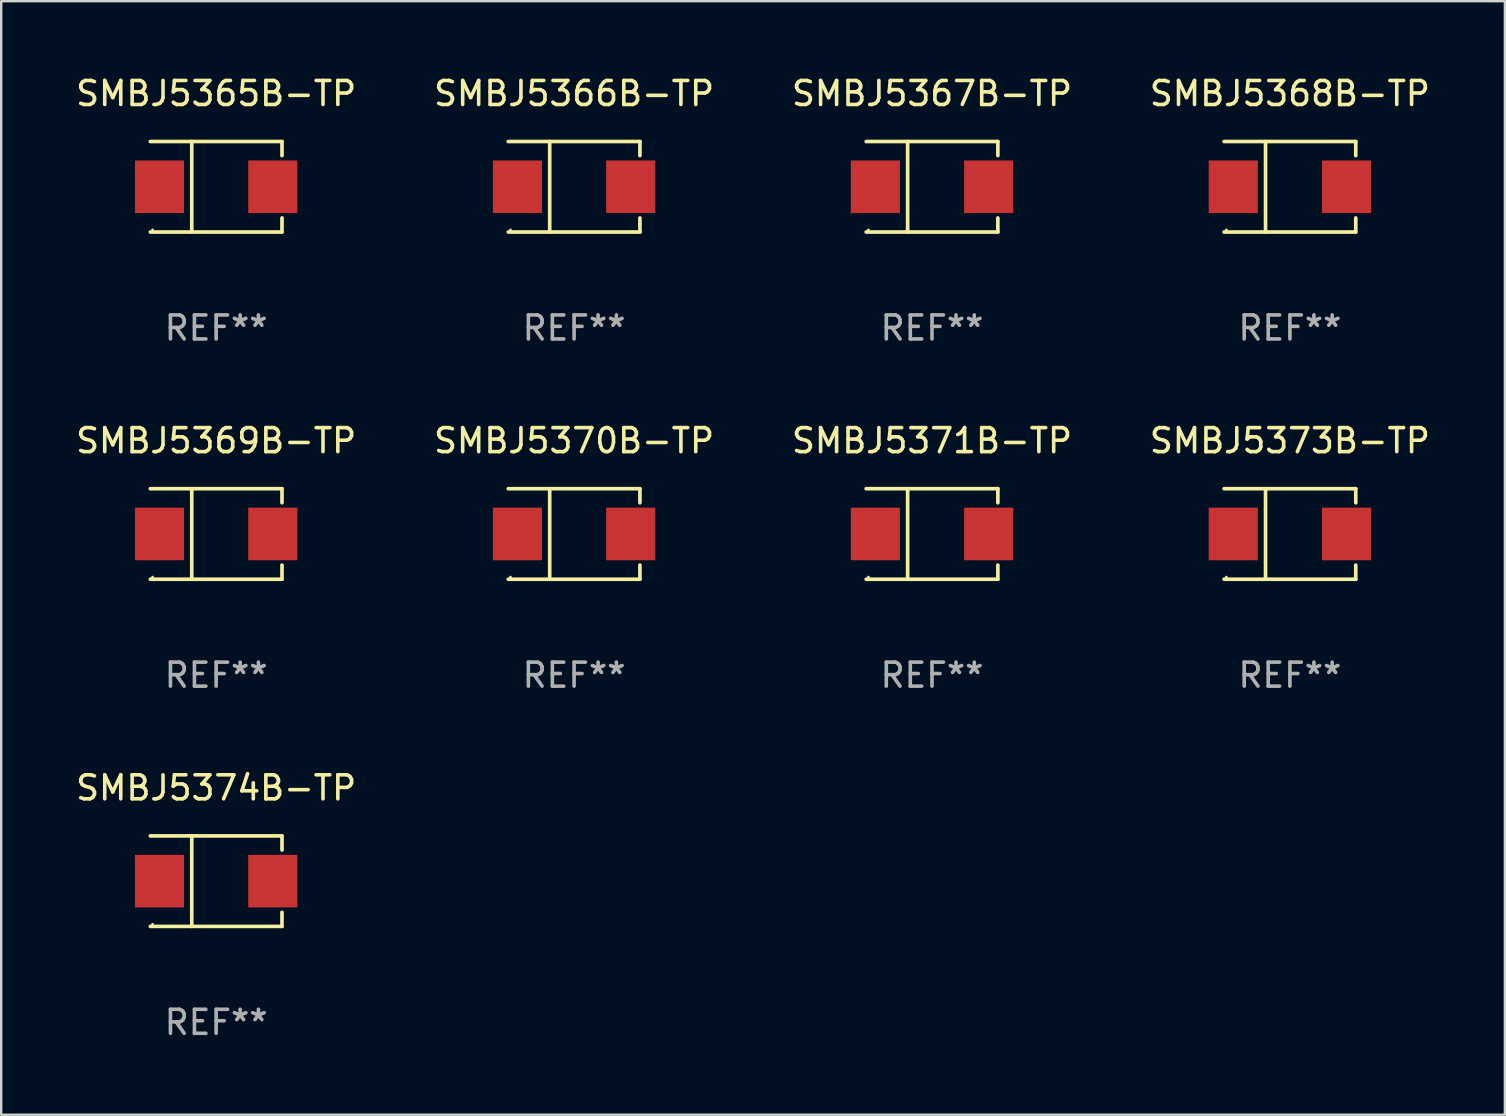
<source format=kicad_pcb>
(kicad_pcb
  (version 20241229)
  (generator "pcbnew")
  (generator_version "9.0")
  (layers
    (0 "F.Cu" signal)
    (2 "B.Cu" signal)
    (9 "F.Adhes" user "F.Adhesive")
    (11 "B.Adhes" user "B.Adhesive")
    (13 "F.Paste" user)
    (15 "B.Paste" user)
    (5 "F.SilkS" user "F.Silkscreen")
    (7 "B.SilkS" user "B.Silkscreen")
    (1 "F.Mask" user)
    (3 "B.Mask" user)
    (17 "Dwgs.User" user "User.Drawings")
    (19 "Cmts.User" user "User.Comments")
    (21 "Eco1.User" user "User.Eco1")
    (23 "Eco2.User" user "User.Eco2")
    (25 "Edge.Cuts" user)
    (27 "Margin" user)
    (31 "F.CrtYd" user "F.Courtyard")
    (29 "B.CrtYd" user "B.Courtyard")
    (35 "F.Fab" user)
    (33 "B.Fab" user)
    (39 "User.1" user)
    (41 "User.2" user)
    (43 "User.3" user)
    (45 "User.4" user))
  (footprint "SMBJ5365B-TP"
    (layer "F.Cu")
    (at 5.958 4.734)
    (property "Reference" "SMBJ5365B-TP" (at 0 -3.886 0) (layer "F.SilkS") (effects (font (size 1 1) (thickness 0.15))))
    (attr through_hole)
    (fp_line (start -2.744 -1.886) (end 2.744 -1.886) (stroke (width 0.152) (type solid)) (layer "F.SilkS"))
    (fp_line (start -2.744 1.886) (end 2.744 1.886) (stroke (width 0.152) (type solid)) (layer "F.SilkS"))
    (fp_line (start -1.016 -1.886) (end -1.016 1.886) (stroke (width 0.152) (type solid)) (layer "F.SilkS"))
    (fp_line (start 2.744 -1.886) (end 2.744 -1.299) (stroke (width 0.152) (type solid)) (layer "F.SilkS"))
    (fp_line (start 2.744 1.886) (end 2.744 1.299) (stroke (width 0.152) (type solid)) (layer "F.SilkS"))
    (fp_circle (center -2.65 1.8) (end -2.62 1.8) (stroke (width 0.06) (type solid)) (fill no) (layer "F.SilkS"))
    (fp_text user "REF**" (at 0 5.886 0) (layer "F.Fab") (effects (font (size 1 1) (thickness 0.15))))
    (pad "1" smd rect (at -2.361 0) (size 2.047 2.192) (layers "F.Cu" "F.Mask" "F.Paste"))
    (pad "2" smd rect (at 2.361 0) (size 2.047 2.192) (layers "F.Cu" "F.Mask" "F.Paste")))
  (footprint "SMBJ5367B-TP"
    (layer "F.Cu")
    (at 35.792 4.734)
    (property "Reference" "SMBJ5367B-TP" (at 0 -3.886 0) (layer "F.SilkS") (effects (font (size 1 1) (thickness 0.15))))
    (attr through_hole)
    (fp_line (start -2.744 -1.886) (end 2.744 -1.886) (stroke (width 0.152) (type solid)) (layer "F.SilkS"))
    (fp_line (start -2.744 1.886) (end 2.744 1.886) (stroke (width 0.152) (type solid)) (layer "F.SilkS"))
    (fp_line (start -1.016 -1.886) (end -1.016 1.886) (stroke (width 0.152) (type solid)) (layer "F.SilkS"))
    (fp_line (start 2.744 -1.886) (end 2.744 -1.299) (stroke (width 0.152) (type solid)) (layer "F.SilkS"))
    (fp_line (start 2.744 1.886) (end 2.744 1.299) (stroke (width 0.152) (type solid)) (layer "F.SilkS"))
    (fp_circle (center -2.65 1.8) (end -2.62 1.8) (stroke (width 0.06) (type solid)) (fill no) (layer "F.SilkS"))
    (fp_text user "REF**" (at 0 5.886 0) (layer "F.Fab") (effects (font (size 1 1) (thickness 0.15))))
    (pad "1" smd rect (at -2.361 0) (size 2.047 2.192) (layers "F.Cu" "F.Mask" "F.Paste"))
    (pad "2" smd rect (at 2.361 0) (size 2.047 2.192) (layers "F.Cu" "F.Mask" "F.Paste")))
  (footprint "SMBJ5368B-TP"
    (layer "F.Cu")
    (at 50.708 4.734)
    (property "Reference" "SMBJ5368B-TP" (at 0 -3.886 0) (layer "F.SilkS") (effects (font (size 1 1) (thickness 0.15))))
    (attr through_hole)
    (fp_line (start -2.744 -1.886) (end 2.744 -1.886) (stroke (width 0.152) (type solid)) (layer "F.SilkS"))
    (fp_line (start -2.744 1.886) (end 2.744 1.886) (stroke (width 0.152) (type solid)) (layer "F.SilkS"))
    (fp_line (start -1.016 -1.886) (end -1.016 1.886) (stroke (width 0.152) (type solid)) (layer "F.SilkS"))
    (fp_line (start 2.744 -1.886) (end 2.744 -1.299) (stroke (width 0.152) (type solid)) (layer "F.SilkS"))
    (fp_line (start 2.744 1.886) (end 2.744 1.299) (stroke (width 0.152) (type solid)) (layer "F.SilkS"))
    (fp_circle (center -2.65 1.8) (end -2.62 1.8) (stroke (width 0.06) (type solid)) (fill no) (layer "F.SilkS"))
    (fp_text user "REF**" (at 0 5.886 0) (layer "F.Fab") (effects (font (size 1 1) (thickness 0.15))))
    (pad "1" smd rect (at -2.361 0) (size 2.047 2.192) (layers "F.Cu" "F.Mask" "F.Paste"))
    (pad "2" smd rect (at 2.361 0) (size 2.047 2.192) (layers "F.Cu" "F.Mask" "F.Paste")))
  (footprint "SMBJ5371B-TP"
    (layer "F.Cu")
    (at 35.792 19.203)
    (property "Reference" "SMBJ5371B-TP" (at 0 -3.886 0) (layer "F.SilkS") (effects (font (size 1 1) (thickness 0.15))))
    (attr through_hole)
    (fp_line (start -2.744 -1.886) (end 2.744 -1.886) (stroke (width 0.152) (type solid)) (layer "F.SilkS"))
    (fp_line (start -2.744 1.886) (end 2.744 1.886) (stroke (width 0.152) (type solid)) (layer "F.SilkS"))
    (fp_line (start -1.016 -1.886) (end -1.016 1.886) (stroke (width 0.152) (type solid)) (layer "F.SilkS"))
    (fp_line (start 2.744 -1.886) (end 2.744 -1.299) (stroke (width 0.152) (type solid)) (layer "F.SilkS"))
    (fp_line (start 2.744 1.886) (end 2.744 1.299) (stroke (width 0.152) (type solid)) (layer "F.SilkS"))
    (fp_circle (center -2.65 1.8) (end -2.62 1.8) (stroke (width 0.06) (type solid)) (fill no) (layer "F.SilkS"))
    (fp_text user "REF**" (at 0 5.886 0) (layer "F.Fab") (effects (font (size 1 1) (thickness 0.15))))
    (pad "1" smd rect (at -2.361 0) (size 2.047 2.192) (layers "F.Cu" "F.Mask" "F.Paste"))
    (pad "2" smd rect (at 2.361 0) (size 2.047 2.192) (layers "F.Cu" "F.Mask" "F.Paste")))
  (footprint "SMBJ5370B-TP"
    (layer "F.Cu")
    (at 20.875 19.203)
    (property "Reference" "SMBJ5370B-TP" (at 0 -3.886 0) (layer "F.SilkS") (effects (font (size 1 1) (thickness 0.15))))
    (attr through_hole)
    (fp_line (start -2.744 -1.886) (end 2.744 -1.886) (stroke (width 0.152) (type solid)) (layer "F.SilkS"))
    (fp_line (start -2.744 1.886) (end 2.744 1.886) (stroke (width 0.152) (type solid)) (layer "F.SilkS"))
    (fp_line (start -1.016 -1.886) (end -1.016 1.886) (stroke (width 0.152) (type solid)) (layer "F.SilkS"))
    (fp_line (start 2.744 -1.886) (end 2.744 -1.299) (stroke (width 0.152) (type solid)) (layer "F.SilkS"))
    (fp_line (start 2.744 1.886) (end 2.744 1.299) (stroke (width 0.152) (type solid)) (layer "F.SilkS"))
    (fp_circle (center -2.65 1.8) (end -2.62 1.8) (stroke (width 0.06) (type solid)) (fill no) (layer "F.SilkS"))
    (fp_text user "REF**" (at 0 5.886 0) (layer "F.Fab") (effects (font (size 1 1) (thickness 0.15))))
    (pad "1" smd rect (at -2.361 0) (size 2.047 2.192) (layers "F.Cu" "F.Mask" "F.Paste"))
    (pad "2" smd rect (at 2.361 0) (size 2.047 2.192) (layers "F.Cu" "F.Mask" "F.Paste")))
  (footprint "SMBJ5366B-TP"
    (layer "F.Cu")
    (at 20.875 4.734)
    (property "Reference" "SMBJ5366B-TP" (at 0 -3.886 0) (layer "F.SilkS") (effects (font (size 1 1) (thickness 0.15))))
    (attr through_hole)
    (fp_line (start -2.744 -1.886) (end 2.744 -1.886) (stroke (width 0.152) (type solid)) (layer "F.SilkS"))
    (fp_line (start -2.744 1.886) (end 2.744 1.886) (stroke (width 0.152) (type solid)) (layer "F.SilkS"))
    (fp_line (start -1.016 -1.886) (end -1.016 1.886) (stroke (width 0.152) (type solid)) (layer "F.SilkS"))
    (fp_line (start 2.744 -1.886) (end 2.744 -1.299) (stroke (width 0.152) (type solid)) (layer "F.SilkS"))
    (fp_line (start 2.744 1.886) (end 2.744 1.299) (stroke (width 0.152) (type solid)) (layer "F.SilkS"))
    (fp_circle (center -2.65 1.8) (end -2.62 1.8) (stroke (width 0.06) (type solid)) (fill no) (layer "F.SilkS"))
    (fp_text user "REF**" (at 0 5.886 0) (layer "F.Fab") (effects (font (size 1 1) (thickness 0.15))))
    (pad "1" smd rect (at -2.361 0) (size 2.047 2.192) (layers "F.Cu" "F.Mask" "F.Paste"))
    (pad "2" smd rect (at 2.361 0) (size 2.047 2.192) (layers "F.Cu" "F.Mask" "F.Paste")))
  (footprint "SMBJ5373B-TP"
    (layer "F.Cu")
    (at 50.708 19.203)
    (property "Reference" "SMBJ5373B-TP" (at 0 -3.886 0) (layer "F.SilkS") (effects (font (size 1 1) (thickness 0.15))))
    (attr through_hole)
    (fp_line (start -2.744 -1.886) (end 2.744 -1.886) (stroke (width 0.152) (type solid)) (layer "F.SilkS"))
    (fp_line (start -2.744 1.886) (end 2.744 1.886) (stroke (width 0.152) (type solid)) (layer "F.SilkS"))
    (fp_line (start -1.016 -1.886) (end -1.016 1.886) (stroke (width 0.152) (type solid)) (layer "F.SilkS"))
    (fp_line (start 2.744 -1.886) (end 2.744 -1.299) (stroke (width 0.152) (type solid)) (layer "F.SilkS"))
    (fp_line (start 2.744 1.886) (end 2.744 1.299) (stroke (width 0.152) (type solid)) (layer "F.SilkS"))
    (fp_circle (center -2.65 1.8) (end -2.62 1.8) (stroke (width 0.06) (type solid)) (fill no) (layer "F.SilkS"))
    (fp_text user "REF**" (at 0 5.886 0) (layer "F.Fab") (effects (font (size 1 1) (thickness 0.15))))
    (pad "1" smd rect (at -2.361 0) (size 2.047 2.192) (layers "F.Cu" "F.Mask" "F.Paste"))
    (pad "2" smd rect (at 2.361 0) (size 2.047 2.192) (layers "F.Cu" "F.Mask" "F.Paste")))
  (footprint "SMBJ5374B-TP"
    (layer "F.Cu")
    (at 5.958 33.672)
    (property "Reference" "SMBJ5374B-TP" (at 0 -3.886 0) (layer "F.SilkS") (effects (font (size 1 1) (thickness 0.15))))
    (attr through_hole)
    (fp_line (start -2.744 -1.886) (end 2.744 -1.886) (stroke (width 0.152) (type solid)) (layer "F.SilkS"))
    (fp_line (start -2.744 1.886) (end 2.744 1.886) (stroke (width 0.152) (type solid)) (layer "F.SilkS"))
    (fp_line (start -1.016 -1.886) (end -1.016 1.886) (stroke (width 0.152) (type solid)) (layer "F.SilkS"))
    (fp_line (start 2.744 -1.886) (end 2.744 -1.299) (stroke (width 0.152) (type solid)) (layer "F.SilkS"))
    (fp_line (start 2.744 1.886) (end 2.744 1.299) (stroke (width 0.152) (type solid)) (layer "F.SilkS"))
    (fp_circle (center -2.65 1.8) (end -2.62 1.8) (stroke (width 0.06) (type solid)) (fill no) (layer "F.SilkS"))
    (fp_text user "REF**" (at 0 5.886 0) (layer "F.Fab") (effects (font (size 1 1) (thickness 0.15))))
    (pad "1" smd rect (at -2.361 0) (size 2.047 2.192) (layers "F.Cu" "F.Mask" "F.Paste"))
    (pad "2" smd rect (at 2.361 0) (size 2.047 2.192) (layers "F.Cu" "F.Mask" "F.Paste")))
  (footprint "SMBJ5369B-TP"
    (layer "F.Cu")
    (at 5.958 19.203)
    (property "Reference" "SMBJ5369B-TP" (at 0 -3.886 0) (layer "F.SilkS") (effects (font (size 1 1) (thickness 0.15))))
    (attr through_hole)
    (fp_line (start -2.744 -1.886) (end 2.744 -1.886) (stroke (width 0.152) (type solid)) (layer "F.SilkS"))
    (fp_line (start -2.744 1.886) (end 2.744 1.886) (stroke (width 0.152) (type solid)) (layer "F.SilkS"))
    (fp_line (start -1.016 -1.886) (end -1.016 1.886) (stroke (width 0.152) (type solid)) (layer "F.SilkS"))
    (fp_line (start 2.744 -1.886) (end 2.744 -1.299) (stroke (width 0.152) (type solid)) (layer "F.SilkS"))
    (fp_line (start 2.744 1.886) (end 2.744 1.299) (stroke (width 0.152) (type solid)) (layer "F.SilkS"))
    (fp_circle (center -2.65 1.8) (end -2.62 1.8) (stroke (width 0.06) (type solid)) (fill no) (layer "F.SilkS"))
    (fp_text user "REF**" (at 0 5.886 0) (layer "F.Fab") (effects (font (size 1 1) (thickness 0.15))))
    (pad "1" smd rect (at -2.361 0) (size 2.047 2.192) (layers "F.Cu" "F.Mask" "F.Paste"))
    (pad "2" smd rect (at 2.361 0) (size 2.047 2.192) (layers "F.Cu" "F.Mask" "F.Paste")))
  (gr_rect
    (start -3 -3)
    (end 59.667 43.407)
    (stroke (width 0.1) (type default))
    (fill no)
    (layer "Edge.Cuts")))
</source>
